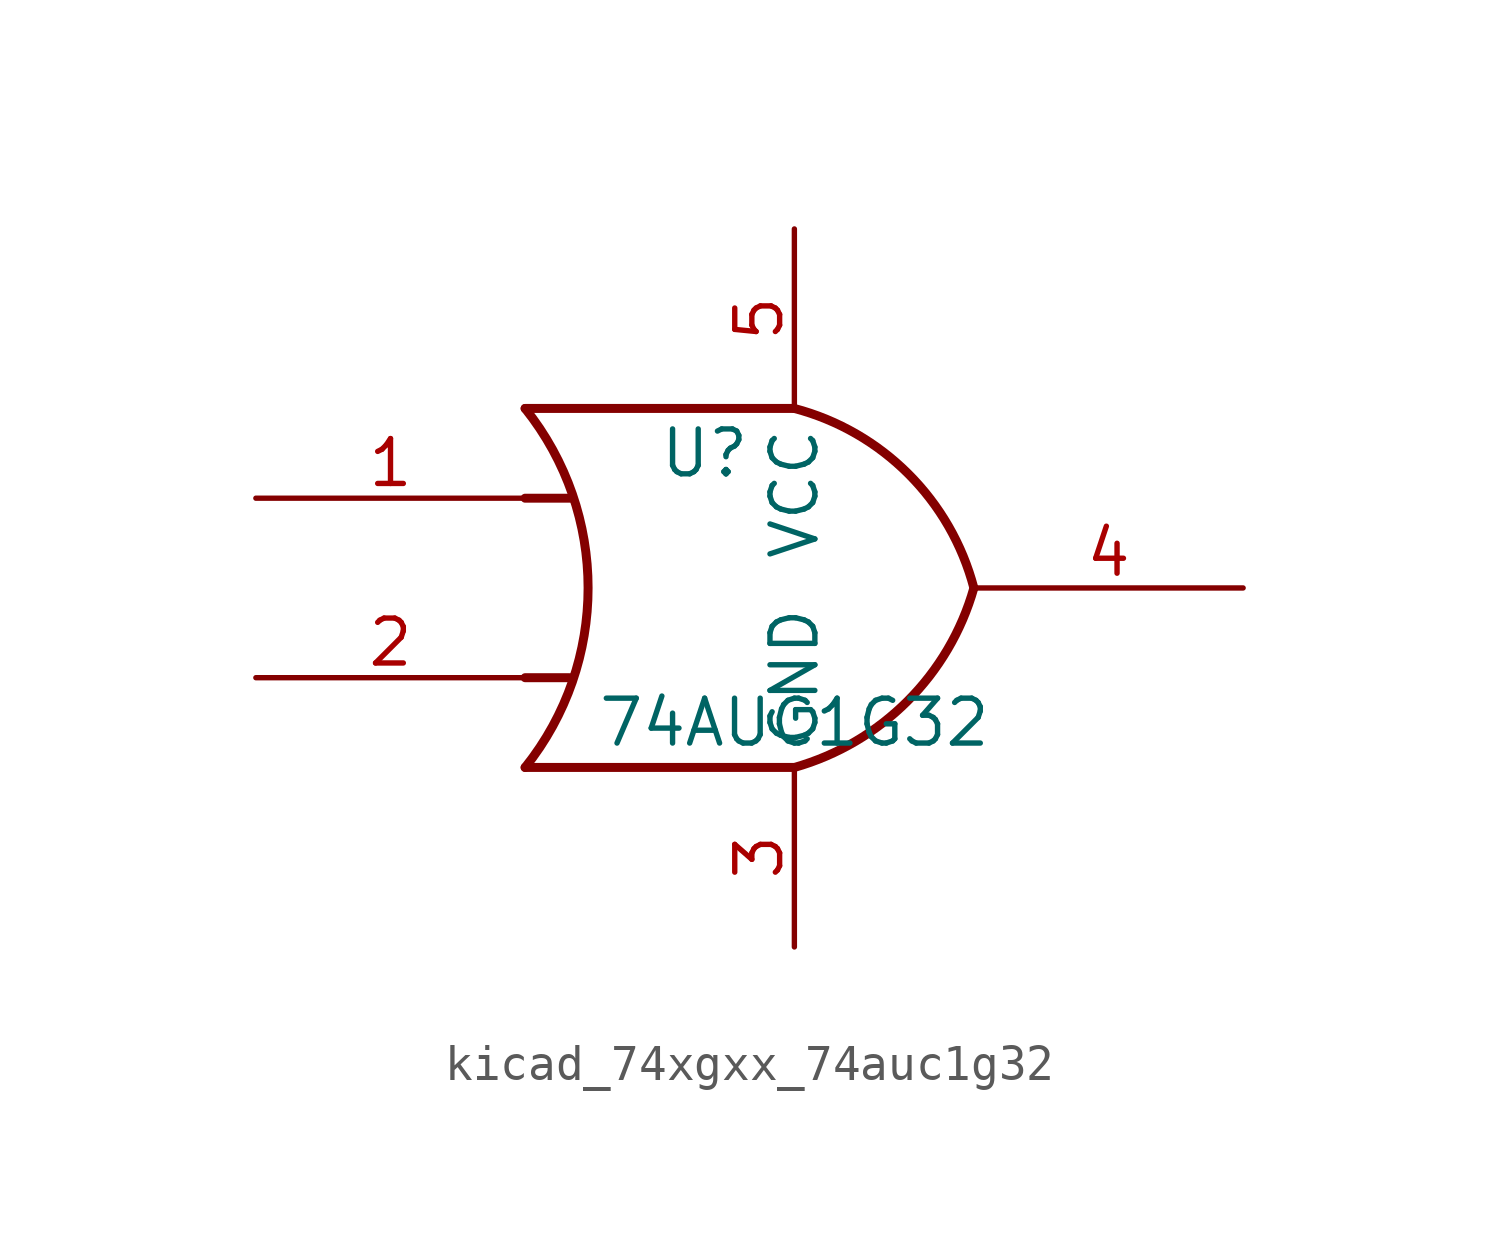
<source format=kicad_sym>
(kicad_symbol_lib
  (version 20220914)
  (generator kicad_symbol_editor)
  (symbol "kicad_74xgxx_74auc1g32"
    (property "Reference" "U"
      (at -2.54 3.81 0)
      (effects (font (size 1.27 1.27))))
    (property "Value" "74AUC1G32"
      (at 0 -3.81 0)
      (effects (font (size 1.27 1.27))))
    (symbol "kicad_74xgxx_74auc1g32_0_1"
      (arc (start -7.62 -5.08) (mid -5.838 0) (end -7.62 5.08) (stroke (width 0.254) (type default)) (fill (type none)))
      (arc (start 0 -5.08) (mid 3.1986 -3.2054) (end 5.08 0) (stroke (width 0.254) (type default)) (fill (type none)))
      (polyline (pts (xy -7.62 -2.54) (xy -6.35 -2.54)) (stroke (width 0.254) (type default)) (fill (type background)))
      (polyline (pts (xy -7.62 2.54) (xy -6.35 2.54)) (stroke (width 0.254) (type default)) (fill (type background)))
      (polyline (pts (xy 0 -5.08) (xy -7.62 -5.08)) (stroke (width 0.254) (type default)) (fill (type background)))
      (polyline (pts (xy 0 5.08) (xy -7.62 5.08)) (stroke (width 0.254) (type default)) (fill (type background)))
      (arc (start 5.08 0) (mid 3.2238 3.2304) (end 0 5.08) (stroke (width 0.254) (type default)) (fill (type none))))
    (symbol "kicad_74xgxx_74auc1g32_1_1"
      (pin input line (at -15.24 2.54 0) (length 7.62) (name "~" (effects (font (size 1.27 1.27)))) (number "1" (effects (font (size 1.27 1.27)))))
      (pin input line (at -15.24 -2.54 0) (length 7.62) (name "~" (effects (font (size 1.27 1.27)))) (number "2" (effects (font (size 1.27 1.27)))))
      (pin power_in line (at 0 -10.16 90) (length 5.08) (name "GND" (effects (font (size 1.27 1.27)))) (number "3" (effects (font (size 1.27 1.27)))))
      (pin output line (at 12.7 0 180) (length 7.62) (name "~" (effects (font (size 1.27 1.27)))) (number "4" (effects (font (size 1.27 1.27)))))
      (pin power_in line (at 0 10.16 270) (length 5.08) (name "VCC" (effects (font (size 1.27 1.27)))) (number "5" (effects (font (size 1.27 1.27))))))))
</source>
